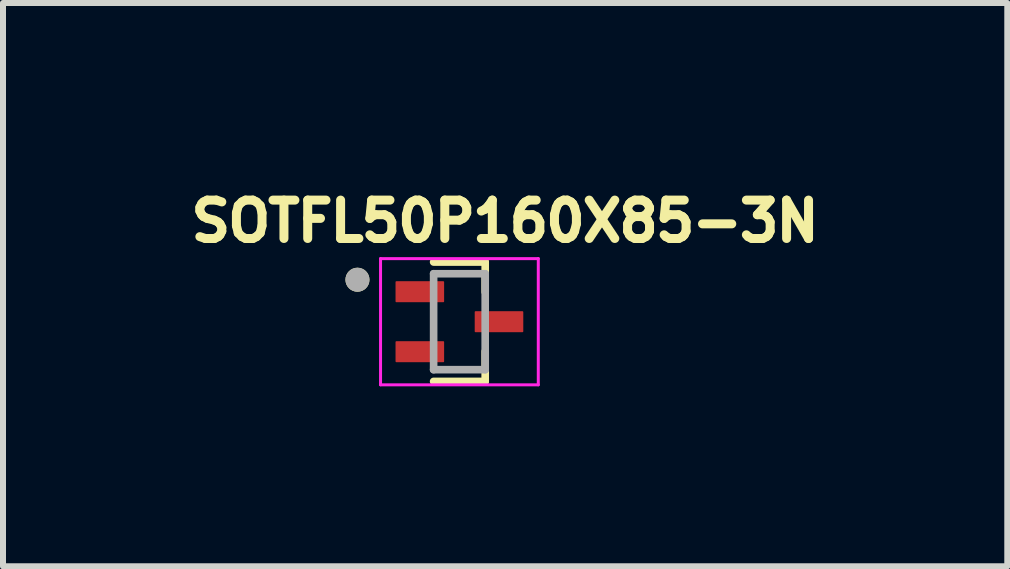
<source format=kicad_pcb>
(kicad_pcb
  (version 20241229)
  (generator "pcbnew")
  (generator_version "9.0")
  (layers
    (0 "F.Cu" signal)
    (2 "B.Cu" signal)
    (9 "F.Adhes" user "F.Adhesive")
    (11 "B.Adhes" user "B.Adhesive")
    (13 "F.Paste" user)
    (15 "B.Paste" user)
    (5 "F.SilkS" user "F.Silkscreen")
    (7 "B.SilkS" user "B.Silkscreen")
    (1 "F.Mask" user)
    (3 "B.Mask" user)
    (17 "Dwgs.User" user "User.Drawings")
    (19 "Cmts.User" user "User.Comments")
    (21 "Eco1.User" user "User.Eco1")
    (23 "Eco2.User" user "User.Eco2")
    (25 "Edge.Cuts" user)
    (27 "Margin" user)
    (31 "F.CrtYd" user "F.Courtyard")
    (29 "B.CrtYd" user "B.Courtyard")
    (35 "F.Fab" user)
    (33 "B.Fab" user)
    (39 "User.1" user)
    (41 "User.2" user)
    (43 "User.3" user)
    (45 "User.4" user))
  (footprint "SOTFL50P160X85-3N"
    (layer "F.Cu")
    (at 4.61 2.314)
    (property "Reference" "SOTFL50P160X85-3N" (at 0.762 -1.676 0) (layer "F.SilkS") (effects (font (size 0.64 0.64) (thickness 0.15))))
    (attr smd)
    (fp_line (start 0.43 -0.995) (end -0.43 -0.995) (stroke (width 0.127) (type solid)) (layer "F.SilkS"))
    (fp_line (start 0.43 -0.495) (end 0.43 -0.995) (stroke (width 0.127) (type solid)) (layer "F.SilkS"))
    (fp_line (start 0.43 0.495) (end 0.43 0.995) (stroke (width 0.127) (type solid)) (layer "F.SilkS"))
    (fp_line (start 0.43 0.995) (end -0.43 0.995) (stroke (width 0.127) (type solid)) (layer "F.SilkS"))
    (fp_circle (center -1.7 -0.7) (end -1.6 -0.7) (stroke (width 0.2) (type solid)) (fill no) (layer "F.SilkS"))
    (fp_line (start -1.315 -1.052) (end 1.315 -1.052) (stroke (width 0.05) (type solid)) (layer "F.CrtYd"))
    (fp_line (start -1.315 1.052) (end -1.315 -1.052) (stroke (width 0.05) (type solid)) (layer "F.CrtYd"))
    (fp_line (start 1.315 -1.052) (end 1.315 1.052) (stroke (width 0.05) (type solid)) (layer "F.CrtYd"))
    (fp_line (start 1.315 1.052) (end -1.315 1.052) (stroke (width 0.05) (type solid)) (layer "F.CrtYd"))
    (fp_line (start -0.43 -0.8) (end 0.43 -0.8) (stroke (width 0.127) (type solid)) (layer "F.Fab"))
    (fp_line (start -0.43 0.8) (end -0.43 -0.8) (stroke (width 0.127) (type solid)) (layer "F.Fab"))
    (fp_line (start 0.43 -0.8) (end 0.43 0.8) (stroke (width 0.127) (type solid)) (layer "F.Fab"))
    (fp_line (start 0.43 0.8) (end -0.43 0.8) (stroke (width 0.127) (type solid)) (layer "F.Fab"))
    (fp_circle (center -1.7 -0.7) (end -1.6 -0.7) (stroke (width 0.2) (type solid)) (fill no) (layer "F.Fab"))
    (pad "1" smd roundrect (at -0.66 -0.5) (size 0.81 0.35) (layers "F.Cu" "F.Mask" "F.Paste") (roundrect_rratio 0.04))
    (pad "2" smd roundrect (at -0.66 0.5) (size 0.81 0.35) (layers "F.Cu" "F.Mask" "F.Paste") (roundrect_rratio 0.04))
    (pad "3" smd roundrect (at 0.66 0) (size 0.81 0.35) (layers "F.Cu" "F.Mask" "F.Paste") (roundrect_rratio 0.04)))
  (gr_rect
    (start -3 -3)
    (end 13.745 6.392)
    (stroke (width 0.1) (type default))
    (fill no)
    (layer "Edge.Cuts")))
</source>
